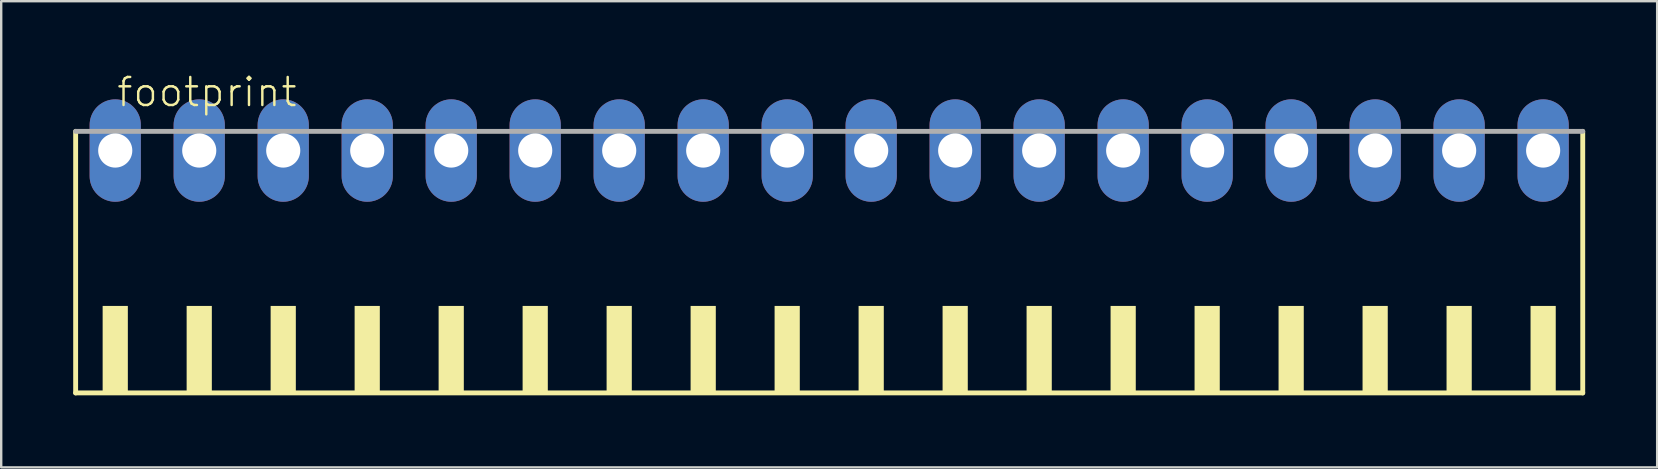
<source format=kicad_pcb>
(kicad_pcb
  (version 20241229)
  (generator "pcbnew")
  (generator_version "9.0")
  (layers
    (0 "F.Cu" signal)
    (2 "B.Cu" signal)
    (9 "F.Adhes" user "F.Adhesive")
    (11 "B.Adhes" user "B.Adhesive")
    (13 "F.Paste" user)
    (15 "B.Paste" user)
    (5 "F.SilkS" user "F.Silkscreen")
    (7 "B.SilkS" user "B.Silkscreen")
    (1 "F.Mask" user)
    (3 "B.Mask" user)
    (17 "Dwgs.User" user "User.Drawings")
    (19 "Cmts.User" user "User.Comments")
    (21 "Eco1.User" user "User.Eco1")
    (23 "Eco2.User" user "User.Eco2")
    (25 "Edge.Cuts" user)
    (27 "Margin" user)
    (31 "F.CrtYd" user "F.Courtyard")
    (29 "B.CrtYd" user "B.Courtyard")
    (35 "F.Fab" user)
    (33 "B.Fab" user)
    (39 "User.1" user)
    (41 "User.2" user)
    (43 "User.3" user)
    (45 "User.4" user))
  (footprint "footprint"
    (layer "F.Cu")
    (at 31.502 8.473)
    (property "Reference" "footprint" (at -29.75 -7 0) (layer "F.SilkS") (effects (font (size 1.168 1.168) (thickness 0.102)) (justify left bottom)))
    (fp_line (start -31.4 -6.05) (end -31.4 4.85) (stroke (width 0.203) (type solid)) (layer "F.SilkS"))
    (fp_line (start -31.4 4.85) (end 31.4 4.85) (stroke (width 0.203) (type solid)) (layer "F.SilkS"))
    (fp_line (start 31.4 4.85) (end 31.4 -6.05) (stroke (width 0.203) (type solid)) (layer "F.SilkS"))
    (fp_poly (pts (xy -30.275 4.9) (xy -29.225 4.9) (xy -29.225 1.225) (xy -30.275 1.225)) (stroke (width 0) (type solid)) (fill yes) (layer "F.SilkS"))
    (fp_poly (pts (xy -26.775 4.9) (xy -25.725 4.9) (xy -25.725 1.225) (xy -26.775 1.225)) (stroke (width 0) (type solid)) (fill yes) (layer "F.SilkS"))
    (fp_poly (pts (xy -23.275 4.9) (xy -22.225 4.9) (xy -22.225 1.225) (xy -23.275 1.225)) (stroke (width 0) (type solid)) (fill yes) (layer "F.SilkS"))
    (fp_poly (pts (xy -19.775 4.9) (xy -18.725 4.9) (xy -18.725 1.225) (xy -19.775 1.225)) (stroke (width 0) (type solid)) (fill yes) (layer "F.SilkS"))
    (fp_poly (pts (xy -16.275 4.9) (xy -15.225 4.9) (xy -15.225 1.225) (xy -16.275 1.225)) (stroke (width 0) (type solid)) (fill yes) (layer "F.SilkS"))
    (fp_poly (pts (xy -12.775 4.9) (xy -11.725 4.9) (xy -11.725 1.225) (xy -12.775 1.225)) (stroke (width 0) (type solid)) (fill yes) (layer "F.SilkS"))
    (fp_poly (pts (xy -9.275 4.9) (xy -8.225 4.9) (xy -8.225 1.225) (xy -9.275 1.225)) (stroke (width 0) (type solid)) (fill yes) (layer "F.SilkS"))
    (fp_poly (pts (xy -5.775 4.9) (xy -4.725 4.9) (xy -4.725 1.225) (xy -5.775 1.225)) (stroke (width 0) (type solid)) (fill yes) (layer "F.SilkS"))
    (fp_poly (pts (xy -2.275 4.9) (xy -1.225 4.9) (xy -1.225 1.225) (xy -2.275 1.225)) (stroke (width 0) (type solid)) (fill yes) (layer "F.SilkS"))
    (fp_poly (pts (xy 1.225 4.9) (xy 2.275 4.9) (xy 2.275 1.225) (xy 1.225 1.225)) (stroke (width 0) (type solid)) (fill yes) (layer "F.SilkS"))
    (fp_poly (pts (xy 4.725 4.9) (xy 5.775 4.9) (xy 5.775 1.225) (xy 4.725 1.225)) (stroke (width 0) (type solid)) (fill yes) (layer "F.SilkS"))
    (fp_poly (pts (xy 8.225 4.9) (xy 9.275 4.9) (xy 9.275 1.225) (xy 8.225 1.225)) (stroke (width 0) (type solid)) (fill yes) (layer "F.SilkS"))
    (fp_poly (pts (xy 11.725 4.9) (xy 12.775 4.9) (xy 12.775 1.225) (xy 11.725 1.225)) (stroke (width 0) (type solid)) (fill yes) (layer "F.SilkS"))
    (fp_poly (pts (xy 15.225 4.9) (xy 16.275 4.9) (xy 16.275 1.225) (xy 15.225 1.225)) (stroke (width 0) (type solid)) (fill yes) (layer "F.SilkS"))
    (fp_poly (pts (xy 18.725 4.9) (xy 19.775 4.9) (xy 19.775 1.225) (xy 18.725 1.225)) (stroke (width 0) (type solid)) (fill yes) (layer "F.SilkS"))
    (fp_poly (pts (xy 22.225 4.9) (xy 23.275 4.9) (xy 23.275 1.225) (xy 22.225 1.225)) (stroke (width 0) (type solid)) (fill yes) (layer "F.SilkS"))
    (fp_poly (pts (xy 25.725 4.9) (xy 26.775 4.9) (xy 26.775 1.225) (xy 25.725 1.225)) (stroke (width 0) (type solid)) (fill yes) (layer "F.SilkS"))
    (fp_poly (pts (xy 29.225 4.9) (xy 30.275 4.9) (xy 30.275 1.225) (xy 29.225 1.225)) (stroke (width 0) (type solid)) (fill yes) (layer "F.SilkS"))
    (fp_line (start 31.4 -6.05) (end -31.4 -6.05) (stroke (width 0.203) (type solid)) (layer "F.Fab"))
    (pad "1" thru_hole oval (at -29.75 -5.25 90) (size 4.267 2.134) (drill 1.422) (layers "*.Cu" "*.Mask"))
    (pad "2" thru_hole oval (at -26.25 -5.25 90) (size 4.267 2.134) (drill 1.422) (layers "*.Cu" "*.Mask"))
    (pad "3" thru_hole oval (at -22.75 -5.25 90) (size 4.267 2.134) (drill 1.422) (layers "*.Cu" "*.Mask"))
    (pad "4" thru_hole oval (at -19.25 -5.25 90) (size 4.267 2.134) (drill 1.422) (layers "*.Cu" "*.Mask"))
    (pad "5" thru_hole oval (at -15.75 -5.25 90) (size 4.267 2.134) (drill 1.422) (layers "*.Cu" "*.Mask"))
    (pad "6" thru_hole oval (at -12.25 -5.25 90) (size 4.267 2.134) (drill 1.422) (layers "*.Cu" "*.Mask"))
    (pad "7" thru_hole oval (at -8.75 -5.25 90) (size 4.267 2.134) (drill 1.422) (layers "*.Cu" "*.Mask"))
    (pad "8" thru_hole oval (at -5.25 -5.25 90) (size 4.267 2.134) (drill 1.422) (layers "*.Cu" "*.Mask"))
    (pad "9" thru_hole oval (at -1.75 -5.25 90) (size 4.267 2.134) (drill 1.422) (layers "*.Cu" "*.Mask"))
    (pad "10" thru_hole oval (at 1.75 -5.25 90) (size 4.267 2.134) (drill 1.422) (layers "*.Cu" "*.Mask"))
    (pad "11" thru_hole oval (at 5.25 -5.25 90) (size 4.267 2.134) (drill 1.422) (layers "*.Cu" "*.Mask"))
    (pad "12" thru_hole oval (at 8.75 -5.25 90) (size 4.267 2.134) (drill 1.422) (layers "*.Cu" "*.Mask"))
    (pad "13" thru_hole oval (at 12.25 -5.25 90) (size 4.267 2.134) (drill 1.422) (layers "*.Cu" "*.Mask"))
    (pad "14" thru_hole oval (at 15.75 -5.25 90) (size 4.267 2.134) (drill 1.422) (layers "*.Cu" "*.Mask"))
    (pad "15" thru_hole oval (at 19.25 -5.25 90) (size 4.267 2.134) (drill 1.422) (layers "*.Cu" "*.Mask"))
    (pad "16" thru_hole oval (at 22.75 -5.25 90) (size 4.267 2.134) (drill 1.422) (layers "*.Cu" "*.Mask"))
    (pad "17" thru_hole oval (at 26.25 -5.25 90) (size 4.267 2.134) (drill 1.422) (layers "*.Cu" "*.Mask"))
    (pad "18" thru_hole oval (at 29.75 -5.25 90) (size 4.267 2.134) (drill 1.422) (layers "*.Cu" "*.Mask")))
  (gr_rect
    (start -3 -3)
    (end 66.003 16.425)
    (stroke (width 0.1) (type default))
    (fill no)
    (layer "Edge.Cuts")))
</source>
